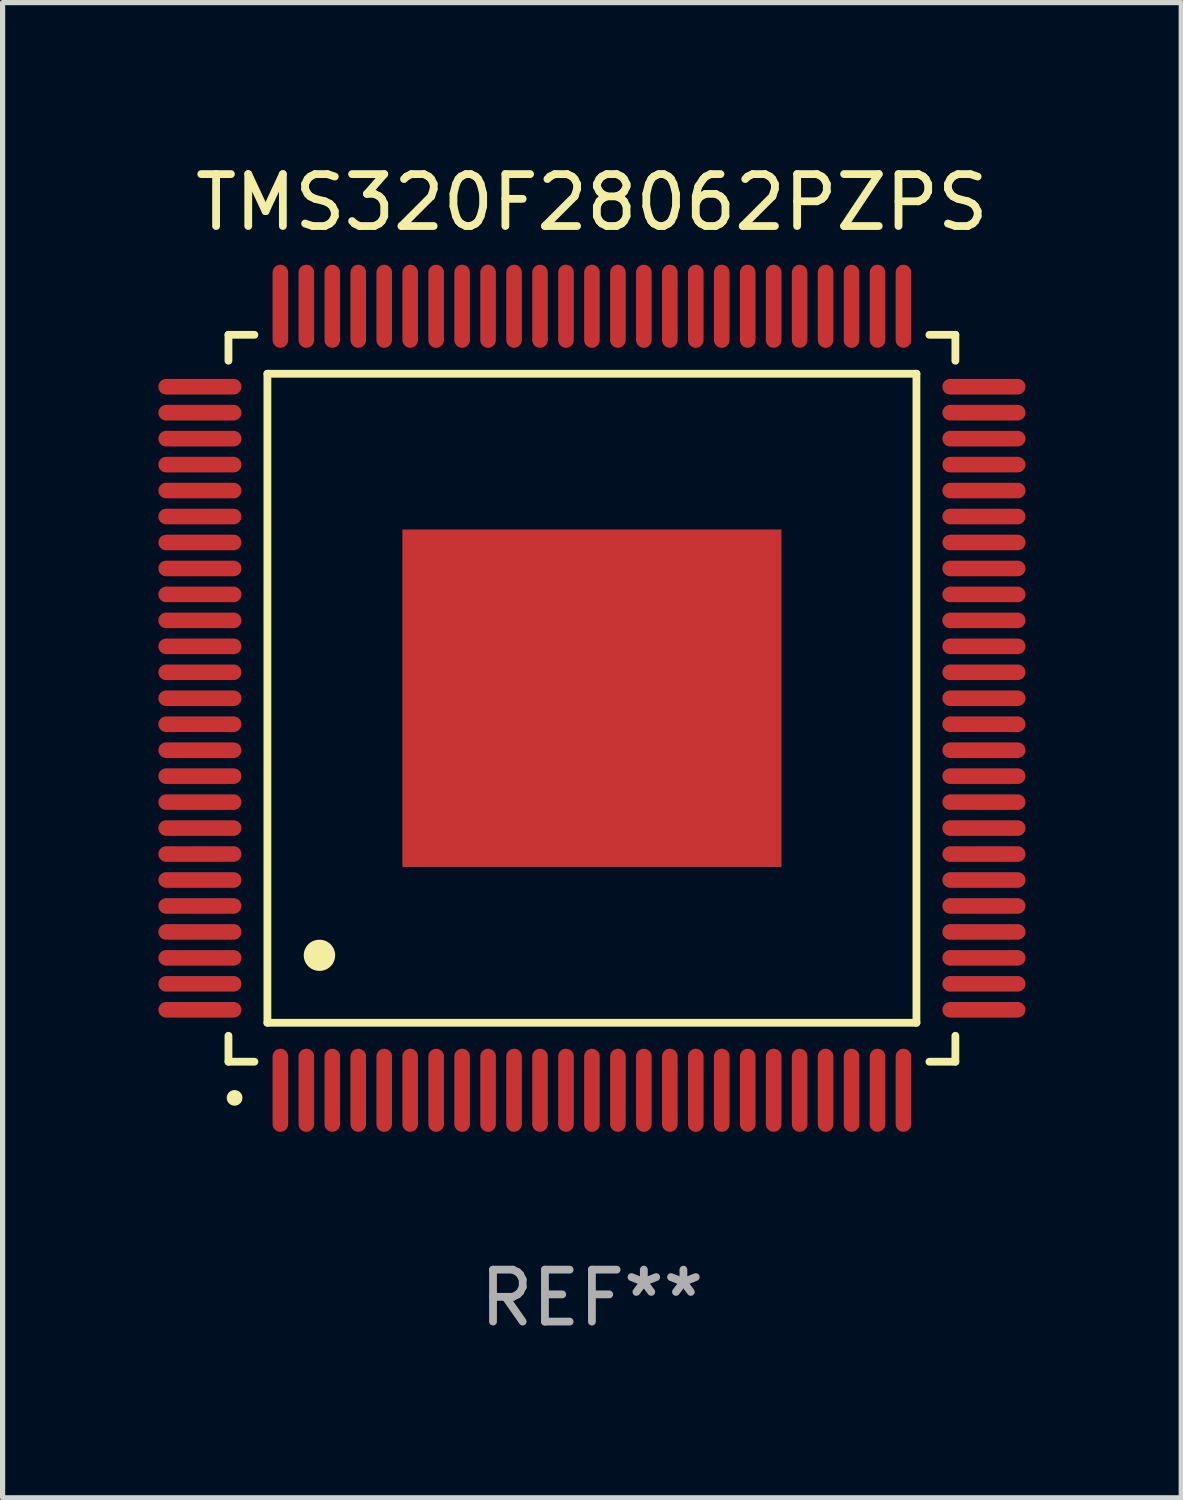
<source format=kicad_pcb>
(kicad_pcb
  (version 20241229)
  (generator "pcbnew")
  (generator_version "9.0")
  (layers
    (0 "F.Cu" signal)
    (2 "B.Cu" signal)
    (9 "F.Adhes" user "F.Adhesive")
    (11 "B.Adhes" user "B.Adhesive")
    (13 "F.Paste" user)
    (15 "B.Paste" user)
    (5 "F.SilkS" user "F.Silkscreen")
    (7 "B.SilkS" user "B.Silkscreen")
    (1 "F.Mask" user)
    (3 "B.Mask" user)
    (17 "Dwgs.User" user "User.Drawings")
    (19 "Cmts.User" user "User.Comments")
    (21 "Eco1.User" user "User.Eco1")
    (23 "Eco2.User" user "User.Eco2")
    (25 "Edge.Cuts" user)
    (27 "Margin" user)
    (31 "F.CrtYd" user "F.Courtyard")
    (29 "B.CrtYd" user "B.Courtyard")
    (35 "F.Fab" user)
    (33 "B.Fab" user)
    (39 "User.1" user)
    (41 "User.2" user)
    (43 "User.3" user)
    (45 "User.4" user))
  (footprint "TMS320F28062PZPS"
    (layer "F.Cu")
    (at 8.35 10.398)
    (property "Reference" "TMS320F28062PZPS" (at 0 -9.55 0) (layer "F.SilkS") (effects (font (size 1 1) (thickness 0.15))))
    (attr through_hole)
    (fp_line (start -7 -6.5) (end -7 -7) (stroke (width 0.15) (type solid)) (layer "F.SilkS"))
    (fp_line (start -7 7) (end -7 6.5) (stroke (width 0.15) (type solid)) (layer "F.SilkS"))
    (fp_line (start -6.5 -7) (end -7 -7) (stroke (width 0.15) (type solid)) (layer "F.SilkS"))
    (fp_line (start -6.5 7) (end -7 7) (stroke (width 0.15) (type solid)) (layer "F.SilkS"))
    (fp_line (start -6.25 -6.25) (end -6.25 6.25) (stroke (width 0.15) (type solid)) (layer "F.SilkS"))
    (fp_line (start -6.25 6.25) (end 6.25 6.25) (stroke (width 0.15) (type solid)) (layer "F.SilkS"))
    (fp_line (start 6.25 -6.25) (end -6.25 -6.25) (stroke (width 0.15) (type solid)) (layer "F.SilkS"))
    (fp_line (start 6.25 6.25) (end 6.25 -6.25) (stroke (width 0.15) (type solid)) (layer "F.SilkS"))
    (fp_line (start 6.5 -7) (end 7 -7) (stroke (width 0.15) (type solid)) (layer "F.SilkS"))
    (fp_line (start 7 -7) (end 7 -6.5) (stroke (width 0.15) (type solid)) (layer "F.SilkS"))
    (fp_line (start 7 6.5) (end 7 7) (stroke (width 0.15) (type solid)) (layer "F.SilkS"))
    (fp_line (start 7 7) (end 6.5 7) (stroke (width 0.15) (type solid)) (layer "F.SilkS"))
    (fp_arc (start -6.883414 7.696215) (mid -6.882144 7.69621) (end -6.880874 7.696215) (stroke (width 0.3) (type solid)) (layer "F.SilkS"))
    (fp_arc (start -5.250191 4.95047) (mid -5.247651 4.950459) (end -5.245111 4.95047) (stroke (width 0.6) (type solid)) (layer "F.SilkS"))
    (fp_text user "REF**" (at 0 11.55 0) (layer "F.Fab") (effects (font (size 1 1) (thickness 0.15))))
    (pad "1" smd oval (at -6 7.55) (size 0.3 1.6) (layers "F.Cu" "F.Mask" "F.Paste"))
    (pad "2" smd oval (at -5.5 7.55) (size 0.3 1.6) (layers "F.Cu" "F.Mask" "F.Paste"))
    (pad "3" smd oval (at -5 7.55) (size 0.3 1.6) (layers "F.Cu" "F.Mask" "F.Paste"))
    (pad "4" smd oval (at -4.5 7.55) (size 0.3 1.6) (layers "F.Cu" "F.Mask" "F.Paste"))
    (pad "5" smd oval (at -4 7.55) (size 0.3 1.6) (layers "F.Cu" "F.Mask" "F.Paste"))
    (pad "6" smd oval (at -3.5 7.55) (size 0.3 1.6) (layers "F.Cu" "F.Mask" "F.Paste"))
    (pad "7" smd oval (at -3 7.55) (size 0.3 1.6) (layers "F.Cu" "F.Mask" "F.Paste"))
    (pad "8" smd oval (at -2.5 7.55) (size 0.3 1.6) (layers "F.Cu" "F.Mask" "F.Paste"))
    (pad "9" smd oval (at -2 7.55) (size 0.3 1.6) (layers "F.Cu" "F.Mask" "F.Paste"))
    (pad "10" smd oval (at -1.5 7.55) (size 0.3 1.6) (layers "F.Cu" "F.Mask" "F.Paste"))
    (pad "11" smd oval (at -1 7.55) (size 0.3 1.6) (layers "F.Cu" "F.Mask" "F.Paste"))
    (pad "12" smd oval (at -0.5 7.55) (size 0.3 1.6) (layers "F.Cu" "F.Mask" "F.Paste"))
    (pad "13" smd oval (at 0 7.55) (size 0.3 1.6) (layers "F.Cu" "F.Mask" "F.Paste"))
    (pad "14" smd oval (at 0.5 7.55) (size 0.3 1.6) (layers "F.Cu" "F.Mask" "F.Paste"))
    (pad "15" smd oval (at 1 7.55) (size 0.3 1.6) (layers "F.Cu" "F.Mask" "F.Paste"))
    (pad "16" smd oval (at 1.5 7.55) (size 0.3 1.6) (layers "F.Cu" "F.Mask" "F.Paste"))
    (pad "17" smd oval (at 2 7.55) (size 0.3 1.6) (layers "F.Cu" "F.Mask" "F.Paste"))
    (pad "18" smd oval (at 2.5 7.55) (size 0.3 1.6) (layers "F.Cu" "F.Mask" "F.Paste"))
    (pad "19" smd oval (at 3 7.55) (size 0.3 1.6) (layers "F.Cu" "F.Mask" "F.Paste"))
    (pad "20" smd oval (at 3.5 7.55) (size 0.3 1.6) (layers "F.Cu" "F.Mask" "F.Paste"))
    (pad "21" smd oval (at 4 7.55) (size 0.3 1.6) (layers "F.Cu" "F.Mask" "F.Paste"))
    (pad "22" smd oval (at 4.5 7.55) (size 0.3 1.6) (layers "F.Cu" "F.Mask" "F.Paste"))
    (pad "23" smd oval (at 5 7.55) (size 0.3 1.6) (layers "F.Cu" "F.Mask" "F.Paste"))
    (pad "24" smd oval (at 5.5 7.55) (size 0.3 1.6) (layers "F.Cu" "F.Mask" "F.Paste"))
    (pad "25" smd oval (at 6 7.55) (size 0.3 1.6) (layers "F.Cu" "F.Mask" "F.Paste"))
    (pad "26" smd oval (at 7.55 6) (size 1.6 0.3) (layers "F.Cu" "F.Mask" "F.Paste"))
    (pad "27" smd oval (at 7.55 5.5) (size 1.6 0.3) (layers "F.Cu" "F.Mask" "F.Paste"))
    (pad "28" smd oval (at 7.55 5) (size 1.6 0.3) (layers "F.Cu" "F.Mask" "F.Paste"))
    (pad "29" smd oval (at 7.55 4.5) (size 1.6 0.3) (layers "F.Cu" "F.Mask" "F.Paste"))
    (pad "30" smd oval (at 7.55 4) (size 1.6 0.3) (layers "F.Cu" "F.Mask" "F.Paste"))
    (pad "31" smd oval (at 7.55 3.5) (size 1.6 0.3) (layers "F.Cu" "F.Mask" "F.Paste"))
    (pad "32" smd oval (at 7.55 3) (size 1.6 0.3) (layers "F.Cu" "F.Mask" "F.Paste"))
    (pad "33" smd oval (at 7.55 2.5) (size 1.6 0.3) (layers "F.Cu" "F.Mask" "F.Paste"))
    (pad "34" smd oval (at 7.55 2) (size 1.6 0.3) (layers "F.Cu" "F.Mask" "F.Paste"))
    (pad "35" smd oval (at 7.55 1.5) (size 1.6 0.3) (layers "F.Cu" "F.Mask" "F.Paste"))
    (pad "36" smd oval (at 7.55 1) (size 1.6 0.3) (layers "F.Cu" "F.Mask" "F.Paste"))
    (pad "37" smd oval (at 7.55 0.5) (size 1.6 0.3) (layers "F.Cu" "F.Mask" "F.Paste"))
    (pad "38" smd oval (at 7.55 0) (size 1.6 0.3) (layers "F.Cu" "F.Mask" "F.Paste"))
    (pad "39" smd oval (at 7.55 -0.5) (size 1.6 0.3) (layers "F.Cu" "F.Mask" "F.Paste"))
    (pad "40" smd oval (at 7.55 -1) (size 1.6 0.3) (layers "F.Cu" "F.Mask" "F.Paste"))
    (pad "41" smd oval (at 7.55 -1.5) (size 1.6 0.3) (layers "F.Cu" "F.Mask" "F.Paste"))
    (pad "42" smd oval (at 7.55 -2) (size 1.6 0.3) (layers "F.Cu" "F.Mask" "F.Paste"))
    (pad "43" smd oval (at 7.55 -2.5) (size 1.6 0.3) (layers "F.Cu" "F.Mask" "F.Paste"))
    (pad "44" smd oval (at 7.55 -3) (size 1.6 0.3) (layers "F.Cu" "F.Mask" "F.Paste"))
    (pad "45" smd oval (at 7.55 -3.5) (size 1.6 0.3) (layers "F.Cu" "F.Mask" "F.Paste"))
    (pad "46" smd oval (at 7.55 -4) (size 1.6 0.3) (layers "F.Cu" "F.Mask" "F.Paste"))
    (pad "47" smd oval (at 7.55 -4.5) (size 1.6 0.3) (layers "F.Cu" "F.Mask" "F.Paste"))
    (pad "48" smd oval (at 7.55 -5) (size 1.6 0.3) (layers "F.Cu" "F.Mask" "F.Paste"))
    (pad "49" smd oval (at 7.55 -5.5) (size 1.6 0.3) (layers "F.Cu" "F.Mask" "F.Paste"))
    (pad "50" smd oval (at 7.55 -6) (size 1.6 0.3) (layers "F.Cu" "F.Mask" "F.Paste"))
    (pad "51" smd oval (at 6 -7.55) (size 0.3 1.6) (layers "F.Cu" "F.Mask" "F.Paste"))
    (pad "52" smd oval (at 5.5 -7.55) (size 0.3 1.6) (layers "F.Cu" "F.Mask" "F.Paste"))
    (pad "53" smd oval (at 5 -7.55) (size 0.3 1.6) (layers "F.Cu" "F.Mask" "F.Paste"))
    (pad "54" smd oval (at 4.5 -7.55) (size 0.3 1.6) (layers "F.Cu" "F.Mask" "F.Paste"))
    (pad "55" smd oval (at 4 -7.55) (size 0.3 1.6) (layers "F.Cu" "F.Mask" "F.Paste"))
    (pad "56" smd oval (at 3.5 -7.55) (size 0.3 1.6) (layers "F.Cu" "F.Mask" "F.Paste"))
    (pad "57" smd oval (at 3 -7.55) (size 0.3 1.6) (layers "F.Cu" "F.Mask" "F.Paste"))
    (pad "58" smd oval (at 2.5 -7.55) (size 0.3 1.6) (layers "F.Cu" "F.Mask" "F.Paste"))
    (pad "59" smd oval (at 2 -7.55) (size 0.3 1.6) (layers "F.Cu" "F.Mask" "F.Paste"))
    (pad "60" smd oval (at 1.5 -7.55) (size 0.3 1.6) (layers "F.Cu" "F.Mask" "F.Paste"))
    (pad "61" smd oval (at 1 -7.55) (size 0.3 1.6) (layers "F.Cu" "F.Mask" "F.Paste"))
    (pad "62" smd oval (at 0.5 -7.55) (size 0.3 1.6) (layers "F.Cu" "F.Mask" "F.Paste"))
    (pad "63" smd oval (at 0 -7.55) (size 0.3 1.6) (layers "F.Cu" "F.Mask" "F.Paste"))
    (pad "64" smd oval (at -0.5 -7.55) (size 0.3 1.6) (layers "F.Cu" "F.Mask" "F.Paste"))
    (pad "65" smd oval (at -1 -7.55) (size 0.3 1.6) (layers "F.Cu" "F.Mask" "F.Paste"))
    (pad "66" smd oval (at -1.5 -7.55) (size 0.3 1.6) (layers "F.Cu" "F.Mask" "F.Paste"))
    (pad "67" smd oval (at -2 -7.55) (size 0.3 1.6) (layers "F.Cu" "F.Mask" "F.Paste"))
    (pad "68" smd oval (at -2.5 -7.55) (size 0.3 1.6) (layers "F.Cu" "F.Mask" "F.Paste"))
    (pad "69" smd oval (at -3 -7.55) (size 0.3 1.6) (layers "F.Cu" "F.Mask" "F.Paste"))
    (pad "70" smd oval (at -3.5 -7.55) (size 0.3 1.6) (layers "F.Cu" "F.Mask" "F.Paste"))
    (pad "71" smd oval (at -4 -7.55) (size 0.3 1.6) (layers "F.Cu" "F.Mask" "F.Paste"))
    (pad "72" smd oval (at -4.5 -7.55) (size 0.3 1.6) (layers "F.Cu" "F.Mask" "F.Paste"))
    (pad "73" smd oval (at -5 -7.55) (size 0.3 1.6) (layers "F.Cu" "F.Mask" "F.Paste"))
    (pad "74" smd oval (at -5.5 -7.55) (size 0.3 1.6) (layers "F.Cu" "F.Mask" "F.Paste"))
    (pad "75" smd oval (at -6 -7.55) (size 0.3 1.6) (layers "F.Cu" "F.Mask" "F.Paste"))
    (pad "76" smd oval (at -7.55 -6) (size 1.6 0.3) (layers "F.Cu" "F.Mask" "F.Paste"))
    (pad "77" smd oval (at -7.55 -5.5) (size 1.6 0.3) (layers "F.Cu" "F.Mask" "F.Paste"))
    (pad "78" smd oval (at -7.55 -5) (size 1.6 0.3) (layers "F.Cu" "F.Mask" "F.Paste"))
    (pad "79" smd oval (at -7.55 -4.5) (size 1.6 0.3) (layers "F.Cu" "F.Mask" "F.Paste"))
    (pad "80" smd oval (at -7.55 -4) (size 1.6 0.3) (layers "F.Cu" "F.Mask" "F.Paste"))
    (pad "81" smd oval (at -7.55 -3.5) (size 1.6 0.3) (layers "F.Cu" "F.Mask" "F.Paste"))
    (pad "82" smd oval (at -7.55 -3) (size 1.6 0.3) (layers "F.Cu" "F.Mask" "F.Paste"))
    (pad "83" smd oval (at -7.55 -2.5) (size 1.6 0.3) (layers "F.Cu" "F.Mask" "F.Paste"))
    (pad "84" smd oval (at -7.55 -2) (size 1.6 0.3) (layers "F.Cu" "F.Mask" "F.Paste"))
    (pad "85" smd oval (at -7.55 -1.5) (size 1.6 0.3) (layers "F.Cu" "F.Mask" "F.Paste"))
    (pad "86" smd oval (at -7.55 -1) (size 1.6 0.3) (layers "F.Cu" "F.Mask" "F.Paste"))
    (pad "87" smd oval (at -7.55 -0.5) (size 1.6 0.3) (layers "F.Cu" "F.Mask" "F.Paste"))
    (pad "88" smd oval (at -7.55 0) (size 1.6 0.3) (layers "F.Cu" "F.Mask" "F.Paste"))
    (pad "89" smd oval (at -7.55 0.5) (size 1.6 0.3) (layers "F.Cu" "F.Mask" "F.Paste"))
    (pad "90" smd oval (at -7.55 1) (size 1.6 0.3) (layers "F.Cu" "F.Mask" "F.Paste"))
    (pad "91" smd oval (at -7.55 1.5) (size 1.6 0.3) (layers "F.Cu" "F.Mask" "F.Paste"))
    (pad "92" smd oval (at -7.55 2) (size 1.6 0.3) (layers "F.Cu" "F.Mask" "F.Paste"))
    (pad "93" smd oval (at -7.55 2.5) (size 1.6 0.3) (layers "F.Cu" "F.Mask" "F.Paste"))
    (pad "94" smd oval (at -7.55 3) (size 1.6 0.3) (layers "F.Cu" "F.Mask" "F.Paste"))
    (pad "95" smd oval (at -7.55 3.5) (size 1.6 0.3) (layers "F.Cu" "F.Mask" "F.Paste"))
    (pad "96" smd oval (at -7.55 4) (size 1.6 0.3) (layers "F.Cu" "F.Mask" "F.Paste"))
    (pad "97" smd oval (at -7.55 4.5) (size 1.6 0.3) (layers "F.Cu" "F.Mask" "F.Paste"))
    (pad "98" smd oval (at -7.55 5) (size 1.6 0.3) (layers "F.Cu" "F.Mask" "F.Paste"))
    (pad "99" smd oval (at -7.55 5.5) (size 1.6 0.3) (layers "F.Cu" "F.Mask" "F.Paste"))
    (pad "100" smd oval (at -7.55 6) (size 1.6 0.3) (layers "F.Cu" "F.Mask" "F.Paste"))
    (pad "101" smd rect (at 0 0) (size 7.3 6.5) (layers "F.Cu" "F.Mask" "F.Paste")))
  (gr_rect
    (start -3 -3)
    (end 19.7 25.796)
    (stroke (width 0.1) (type default))
    (fill no)
    (layer "Edge.Cuts")))
</source>
